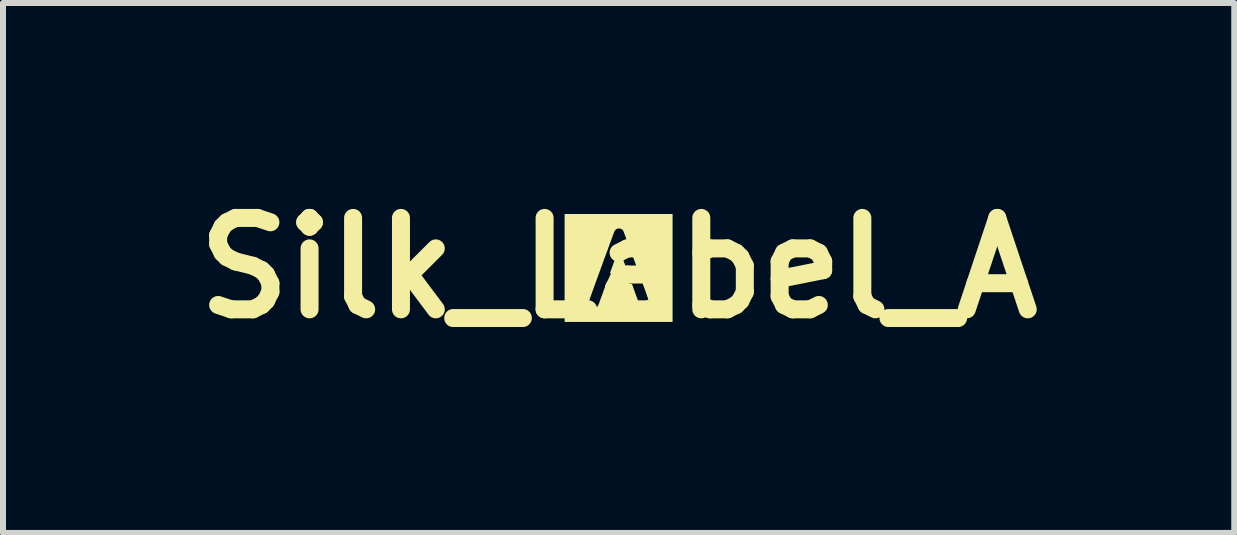
<source format=kicad_pcb>
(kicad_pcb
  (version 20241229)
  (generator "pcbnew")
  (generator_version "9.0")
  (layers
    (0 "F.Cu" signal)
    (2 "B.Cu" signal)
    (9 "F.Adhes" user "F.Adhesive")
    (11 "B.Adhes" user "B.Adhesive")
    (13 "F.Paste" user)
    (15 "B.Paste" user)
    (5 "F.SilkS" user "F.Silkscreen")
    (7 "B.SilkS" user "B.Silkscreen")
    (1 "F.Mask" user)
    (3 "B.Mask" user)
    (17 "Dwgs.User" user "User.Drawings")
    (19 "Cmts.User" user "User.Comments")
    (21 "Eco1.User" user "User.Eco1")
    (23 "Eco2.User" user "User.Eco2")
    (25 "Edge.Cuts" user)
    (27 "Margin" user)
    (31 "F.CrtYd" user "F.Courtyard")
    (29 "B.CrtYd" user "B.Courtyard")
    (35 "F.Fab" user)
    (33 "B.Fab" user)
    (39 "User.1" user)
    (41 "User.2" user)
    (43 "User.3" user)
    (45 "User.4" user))
  (footprint "Silk_Label_A"
    (layer "F.Cu")
    (at 7.264 1.418)
    (property "Reference" "Silk_Label_A" (at 0 0 0) (layer "F.SilkS") (effects (font (size 1.524 1.524) (thickness 0.3))))
    (attr board_only exclude_from_pos_files exclude_from_bom)
    (fp_poly (pts (xy 0.01 -0.319) (xy 0.014 -0.309) (xy 0.02 -0.293) (xy 0.028 -0.272) (xy 0.037 -0.246) (xy 0.048 -0.216) (xy 0.06 -0.184) (xy 0.073 -0.148) (xy 0.082 -0.124) (xy 0.095 -0.087) (xy 0.108 -0.052) (xy 0.12 -0.019) (xy 0.13 0.01) (xy 0.14 0.035) (xy 0.147 0.056) (xy 0.153 0.071) (xy 0.156 0.081) (xy 0.157 0.083) (xy 0.161 0.094) (xy 0.007 0.094) (xy -0.031 0.094) (xy -0.063 0.094) (xy -0.088 0.093) (xy -0.108 0.093) (xy -0.122 0.093) (xy -0.133 0.092) (xy -0.14 0.091) (xy -0.143 0.09) (xy -0.145 0.089) (xy -0.145 0.088) (xy -0.143 0.084) (xy -0.139 0.073) (xy -0.133 0.056) (xy -0.125 0.034) (xy -0.116 0.008) (xy -0.105 -0.022) (xy -0.093 -0.056) (xy -0.08 -0.091) (xy -0.069 -0.122) (xy -0.055 -0.159) (xy -0.042 -0.194) (xy -0.03 -0.226) (xy -0.02 -0.254) (xy -0.01 -0.279) (xy -0.003 -0.299) (xy 0.003 -0.313) (xy 0.007 -0.321) (xy 0.008 -0.323)) (stroke (width 0) (type solid)) (fill yes) (layer "F.SilkS"))
    (fp_poly (pts (xy 0.9 0.9) (xy -0.9 0.9) (xy -0.9 0.6) (xy -0.502 0.6) (xy -0.502 0.605) (xy -0.501 0.609) (xy -0.5 0.613) (xy -0.499 0.616) (xy -0.497 0.619) (xy -0.497 0.62) (xy -0.487 0.636) (xy -0.472 0.651) (xy -0.457 0.662) (xy -0.456 0.663) (xy -0.434 0.671) (xy -0.412 0.673) (xy -0.388 0.667) (xy -0.383 0.665) (xy -0.364 0.653) (xy -0.348 0.635) (xy -0.334 0.61) (xy -0.334 0.61) (xy -0.331 0.601) (xy -0.325 0.585) (xy -0.317 0.565) (xy -0.308 0.54) (xy -0.298 0.511) (xy -0.286 0.48) (xy -0.274 0.446) (xy -0.266 0.425) (xy -0.209 0.266) (xy 0.007 0.266) (xy 0.223 0.266) (xy 0.275 0.412) (xy 0.291 0.456) (xy 0.305 0.494) (xy 0.317 0.526) (xy 0.327 0.553) (xy 0.335 0.575) (xy 0.342 0.593) (xy 0.347 0.607) (xy 0.352 0.617) (xy 0.355 0.625) (xy 0.359 0.632) (xy 0.362 0.636) (xy 0.364 0.64) (xy 0.367 0.643) (xy 0.368 0.644) (xy 0.388 0.66) (xy 0.411 0.67) (xy 0.429 0.672) (xy 0.452 0.669) (xy 0.474 0.66) (xy 0.492 0.646) (xy 0.506 0.628) (xy 0.515 0.607) (xy 0.518 0.589) (xy 0.516 0.584) (xy 0.513 0.572) (xy 0.507 0.554) (xy 0.498 0.53) (xy 0.488 0.501) (xy 0.476 0.468) (xy 0.463 0.43) (xy 0.448 0.388) (xy 0.432 0.342) (xy 0.414 0.294) (xy 0.396 0.243) (xy 0.377 0.189) (xy 0.357 0.135) (xy 0.336 0.079) (xy 0.316 0.022) (xy 0.295 -0.035) (xy 0.274 -0.092) (xy 0.254 -0.149) (xy 0.233 -0.204) (xy 0.213 -0.258) (xy 0.194 -0.31) (xy 0.176 -0.36) (xy 0.158 -0.407) (xy 0.142 -0.45) (xy 0.127 -0.49) (xy 0.114 -0.526) (xy 0.102 -0.557) (xy 0.092 -0.583) (xy 0.084 -0.604) (xy 0.078 -0.618) (xy 0.074 -0.627) (xy 0.073 -0.628) (xy 0.064 -0.637) (xy 0.052 -0.646) (xy 0.044 -0.65) (xy 0.021 -0.658) (xy -0.003 -0.659) (xy -0.025 -0.654) (xy -0.045 -0.642) (xy -0.062 -0.624) (xy -0.071 -0.608) (xy -0.073 -0.603) (xy -0.077 -0.59) (xy -0.084 -0.572) (xy -0.093 -0.548) (xy -0.104 -0.518) (xy -0.117 -0.483) (xy -0.132 -0.443) (xy -0.148 -0.399) (xy -0.166 -0.351) (xy -0.184 -0.299) (xy -0.205 -0.244) (xy -0.226 -0.187) (xy -0.248 -0.127) (xy -0.27 -0.064) (xy -0.291 -0.009) (xy -0.318 0.067) (xy -0.344 0.136) (xy -0.367 0.2) (xy -0.388 0.257) (xy -0.406 0.308) (xy -0.423 0.354) (xy -0.438 0.395) (xy -0.45 0.431) (xy -0.462 0.462) (xy -0.471 0.49) (xy -0.479 0.513) (xy -0.486 0.533) (xy -0.491 0.551) (xy -0.495 0.565) (xy -0.498 0.576) (xy -0.501 0.586) (xy -0.502 0.594) (xy -0.502 0.6) (xy -0.9 0.6) (xy -0.9 -0.9) (xy 0.9 -0.9)) (stroke (width 0) (type solid)) (fill yes) (layer "F.SilkS")))
  (gr_rect
    (start -3 -3)
    (end 17.529 5.836)
    (stroke (width 0.1) (type default))
    (fill no)
    (layer "Edge.Cuts")))
</source>
